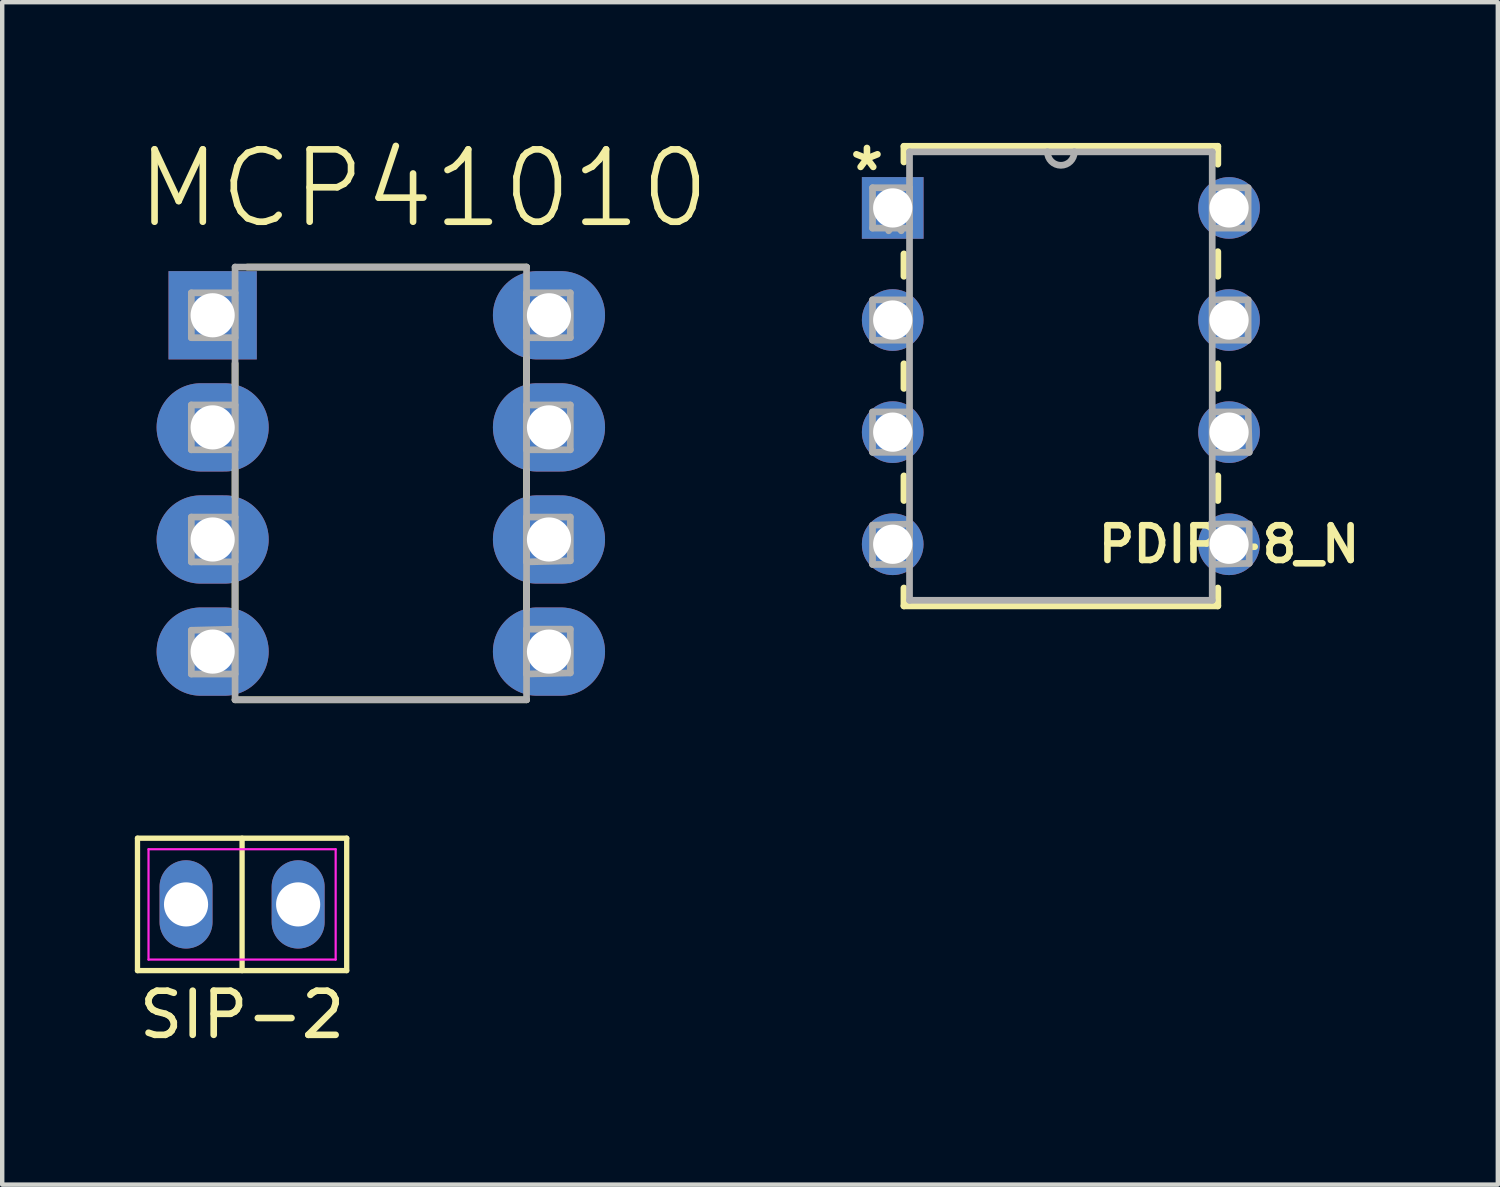
<source format=kicad_pcb>
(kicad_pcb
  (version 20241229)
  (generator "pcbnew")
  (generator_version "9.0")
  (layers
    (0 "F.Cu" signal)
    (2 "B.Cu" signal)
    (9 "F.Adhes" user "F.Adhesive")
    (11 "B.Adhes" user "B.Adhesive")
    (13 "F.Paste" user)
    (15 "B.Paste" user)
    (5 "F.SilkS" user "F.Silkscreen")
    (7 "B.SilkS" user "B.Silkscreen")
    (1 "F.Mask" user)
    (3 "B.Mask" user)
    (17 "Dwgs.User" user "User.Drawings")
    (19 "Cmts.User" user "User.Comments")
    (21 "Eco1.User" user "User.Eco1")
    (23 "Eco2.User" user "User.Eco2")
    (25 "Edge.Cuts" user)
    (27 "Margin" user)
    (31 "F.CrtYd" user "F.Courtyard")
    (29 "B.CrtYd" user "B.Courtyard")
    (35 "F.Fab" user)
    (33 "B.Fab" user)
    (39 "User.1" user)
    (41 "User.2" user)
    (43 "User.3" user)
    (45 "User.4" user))
  (footprint "PDIP-8_N"
    (layer "F.Cu")
    (at 24.796 9.281)
    (property "Reference" "PDIP-8_N" (at 0 0 0) (layer "F.SilkS") (effects (font (size 0.787 0.787) (thickness 0.15))))
    (attr through_hole)
    (fp_line (start -7.366 -9.017) (end -7.366 -8.661) (stroke (width 0.152) (type solid)) (layer "F.SilkS"))
    (fp_line (start -7.366 -6.579) (end -7.366 -6.071) (stroke (width 0.152) (type solid)) (layer "F.SilkS"))
    (fp_line (start -7.366 -4.089) (end -7.366 -3.531) (stroke (width 0.152) (type solid)) (layer "F.SilkS"))
    (fp_line (start -7.366 -1.549) (end -7.366 -0.991) (stroke (width 0.152) (type solid)) (layer "F.SilkS"))
    (fp_line (start -7.366 0.991) (end -7.366 1.397) (stroke (width 0.152) (type solid)) (layer "F.SilkS"))
    (fp_line (start -7.366 1.397) (end -0.254 1.397) (stroke (width 0.152) (type solid)) (layer "F.SilkS"))
    (fp_line (start -0.254 -9.017) (end -7.366 -9.017) (stroke (width 0.152) (type solid)) (layer "F.SilkS"))
    (fp_line (start -0.254 -8.611) (end -0.254 -9.017) (stroke (width 0.152) (type solid)) (layer "F.SilkS"))
    (fp_line (start -0.254 -6.071) (end -0.254 -6.629) (stroke (width 0.152) (type solid)) (layer "F.SilkS"))
    (fp_line (start -0.254 -3.531) (end -0.254 -4.089) (stroke (width 0.152) (type solid)) (layer "F.SilkS"))
    (fp_line (start -0.254 -0.991) (end -0.254 -1.549) (stroke (width 0.152) (type solid)) (layer "F.SilkS"))
    (fp_line (start -0.254 1.397) (end -0.254 0.991) (stroke (width 0.152) (type solid)) (layer "F.SilkS"))
    (fp_line (start -8.077 -8.077) (end -8.077 -7.163) (stroke (width 0.152) (type solid)) (layer "F.Fab"))
    (fp_line (start -8.077 -7.163) (end -7.239 -7.163) (stroke (width 0.152) (type solid)) (layer "F.Fab"))
    (fp_line (start -8.077 -5.537) (end -8.077 -4.623) (stroke (width 0.152) (type solid)) (layer "F.Fab"))
    (fp_line (start -8.077 -4.623) (end -7.239 -4.623) (stroke (width 0.152) (type solid)) (layer "F.Fab"))
    (fp_line (start -8.077 -2.997) (end -8.077 -2.083) (stroke (width 0.152) (type solid)) (layer "F.Fab"))
    (fp_line (start -8.077 -2.083) (end -7.239 -2.083) (stroke (width 0.152) (type solid)) (layer "F.Fab"))
    (fp_line (start -8.077 -0.432) (end -8.077 0.457) (stroke (width 0.152) (type solid)) (layer "F.Fab"))
    (fp_line (start -8.077 0.457) (end -7.239 0.457) (stroke (width 0.152) (type solid)) (layer "F.Fab"))
    (fp_line (start -7.239 -8.89) (end -7.239 1.27) (stroke (width 0.152) (type solid)) (layer "F.Fab"))
    (fp_line (start -7.239 -8.077) (end -8.077 -8.077) (stroke (width 0.152) (type solid)) (layer "F.Fab"))
    (fp_line (start -7.239 -7.163) (end -7.239 -8.077) (stroke (width 0.152) (type solid)) (layer "F.Fab"))
    (fp_line (start -7.239 -5.537) (end -8.077 -5.537) (stroke (width 0.152) (type solid)) (layer "F.Fab"))
    (fp_line (start -7.239 -4.623) (end -7.239 -5.537) (stroke (width 0.152) (type solid)) (layer "F.Fab"))
    (fp_line (start -7.239 -2.997) (end -8.077 -2.997) (stroke (width 0.152) (type solid)) (layer "F.Fab"))
    (fp_line (start -7.239 -2.083) (end -7.239 -2.997) (stroke (width 0.152) (type solid)) (layer "F.Fab"))
    (fp_line (start -7.239 -0.457) (end -8.077 -0.432) (stroke (width 0.152) (type solid)) (layer "F.Fab"))
    (fp_line (start -7.239 0.457) (end -7.239 -0.457) (stroke (width 0.152) (type solid)) (layer "F.Fab"))
    (fp_line (start -7.239 1.27) (end -0.381 1.27) (stroke (width 0.152) (type solid)) (layer "F.Fab"))
    (fp_line (start -4.115 -8.89) (end -7.239 -8.89) (stroke (width 0.152) (type solid)) (layer "F.Fab"))
    (fp_line (start -3.505 -8.89) (end -4.115 -8.89) (stroke (width 0.152) (type solid)) (layer "F.Fab"))
    (fp_line (start -0.381 -8.89) (end -3.505 -8.89) (stroke (width 0.152) (type solid)) (layer "F.Fab"))
    (fp_line (start -0.381 -8.077) (end -0.381 -7.163) (stroke (width 0.152) (type solid)) (layer "F.Fab"))
    (fp_line (start -0.381 -7.163) (end 0.432 -7.163) (stroke (width 0.152) (type solid)) (layer "F.Fab"))
    (fp_line (start -0.381 -5.537) (end -0.381 -4.623) (stroke (width 0.152) (type solid)) (layer "F.Fab"))
    (fp_line (start -0.381 -4.623) (end 0.432 -4.623) (stroke (width 0.152) (type solid)) (layer "F.Fab"))
    (fp_line (start -0.381 -2.997) (end -0.381 -2.083) (stroke (width 0.152) (type solid)) (layer "F.Fab"))
    (fp_line (start -0.381 -2.083) (end 0.457 -2.083) (stroke (width 0.152) (type solid)) (layer "F.Fab"))
    (fp_line (start -0.381 -0.457) (end -0.381 0.457) (stroke (width 0.152) (type solid)) (layer "F.Fab"))
    (fp_line (start -0.381 0.457) (end 0.457 0.432) (stroke (width 0.152) (type solid)) (layer "F.Fab"))
    (fp_line (start -0.381 1.27) (end -0.381 -8.89) (stroke (width 0.152) (type solid)) (layer "F.Fab"))
    (fp_line (start 0.432 -8.077) (end -0.381 -8.077) (stroke (width 0.152) (type solid)) (layer "F.Fab"))
    (fp_line (start 0.432 -7.163) (end 0.432 -8.077) (stroke (width 0.152) (type solid)) (layer "F.Fab"))
    (fp_line (start 0.432 -5.537) (end -0.381 -5.537) (stroke (width 0.152) (type solid)) (layer "F.Fab"))
    (fp_line (start 0.432 -4.623) (end 0.432 -5.537) (stroke (width 0.152) (type solid)) (layer "F.Fab"))
    (fp_line (start 0.432 -2.997) (end -0.381 -2.997) (stroke (width 0.152) (type solid)) (layer "F.Fab"))
    (fp_line (start 0.457 -2.083) (end 0.432 -2.997) (stroke (width 0.152) (type solid)) (layer "F.Fab"))
    (fp_line (start 0.457 -0.457) (end -0.381 -0.457) (stroke (width 0.152) (type solid)) (layer "F.Fab"))
    (fp_line (start 0.457 0.432) (end 0.457 -0.457) (stroke (width 0.152) (type solid)) (layer "F.Fab"))
    (fp_arc (start -3.5052 -8.89) (mid -3.81 -8.5852) (end -4.1148 -8.89) (stroke (width 0.1524) (type solid)) (layer "F.Fab"))
    (fp_text user "*" (at -8.204 -8.433 0) (layer "F.SilkS") (effects (font (size 1 1) (thickness 0.15))))
    (fp_text user "*" (at -7.569 -6.985 0) (layer "F.Fab") (effects (font (size 1 1) (thickness 0.15))))
    (pad "1" thru_hole rect (at -7.62 -7.62) (size 1.397 1.397) (drill 0.889) (layers "*.Cu" "*.Mask"))
    (pad "2" thru_hole circle (at -7.62 -5.08) (size 1.397 1.397) (drill 0.889) (layers "*.Cu" "*.Mask"))
    (pad "3" thru_hole circle (at -7.62 -2.54) (size 1.397 1.397) (drill 0.889) (layers "*.Cu" "*.Mask"))
    (pad "4" thru_hole circle (at -7.62 0) (size 1.397 1.397) (drill 0.889) (layers "*.Cu" "*.Mask"))
    (pad "5" thru_hole circle (at 0 0) (size 1.397 1.397) (drill 0.889) (layers "*.Cu" "*.Mask"))
    (pad "6" thru_hole circle (at 0 -2.54) (size 1.397 1.397) (drill 0.889) (layers "*.Cu" "*.Mask"))
    (pad "7" thru_hole circle (at 0 -5.08) (size 1.397 1.397) (drill 0.889) (layers "*.Cu" "*.Mask"))
    (pad "8" thru_hole circle (at 0 -7.62) (size 1.397 1.397) (drill 0.889) (layers "*.Cu" "*.Mask")))
  (footprint "SIP-2"
    (layer "F.Cu")
    (at 2.435 17.441)
    (property "Reference" "SIP-2" (at 0 2.5 0) (layer "F.SilkS") (effects (font (size 1 1) (thickness 0.15))))
    (attr through_hole)
    (fp_line (start -2.37 -1.5) (end 2.37 -1.5) (stroke (width 0.12) (type default)) (layer "F.SilkS"))
    (fp_line (start -2.37 1.5) (end -2.37 -1.5) (stroke (width 0.12) (type default)) (layer "F.SilkS"))
    (fp_line (start 0 -1.5) (end 0 1.5) (stroke (width 0.12) (type default)) (layer "F.SilkS"))
    (fp_line (start 2.37 -1.5) (end 2.37 1.5) (stroke (width 0.12) (type default)) (layer "F.SilkS"))
    (fp_line (start 2.37 1.5) (end -2.37 1.5) (stroke (width 0.12) (type default)) (layer "F.SilkS"))
    (fp_line (start -2.12 -1.25) (end 2.12 -1.25) (stroke (width 0.05) (type default)) (layer "F.CrtYd"))
    (fp_line (start -2.12 1.25) (end -2.12 -1.25) (stroke (width 0.05) (type default)) (layer "F.CrtYd"))
    (fp_line (start 2.12 -1.25) (end 2.12 1.25) (stroke (width 0.05) (type default)) (layer "F.CrtYd"))
    (fp_line (start 2.12 1.25) (end -2.12 1.25) (stroke (width 0.05) (type default)) (layer "F.CrtYd"))
    (pad "1" thru_hole oval (at -1.27 0) (size 1.2 2) (drill 1) (layers "*.Cu" "*.Mask"))
    (pad "2" thru_hole oval (at 1.27 0) (size 1.2 2) (drill 1) (layers "*.Cu" "*.Mask")))
  (footprint "MCP41010"
    (layer "F.Cu")
    (at 9.388 11.713)
    (property "Reference" "MCP41010" (at -2.845 -10.49 0) (layer "F.SilkS") (effects (font (size 1.64 1.64) (thickness 0.15))))
    (attr through_hole)
    (fp_line (start -7.112 -6.528) (end -7.112 -6.045) (stroke (width 0.152) (type solid)) (layer "F.SilkS"))
    (fp_line (start -7.112 -4.115) (end -7.112 -3.505) (stroke (width 0.152) (type solid)) (layer "F.SilkS"))
    (fp_line (start -7.112 -1.575) (end -7.112 -0.965) (stroke (width 0.152) (type solid)) (layer "F.SilkS"))
    (fp_line (start -7.112 1.092) (end -0.508 1.092) (stroke (width 0.152) (type solid)) (layer "F.SilkS"))
    (fp_line (start -0.508 -8.712) (end -6.833 -8.712) (stroke (width 0.152) (type solid)) (layer "F.SilkS"))
    (fp_line (start -0.508 -6.045) (end -0.508 -6.655) (stroke (width 0.152) (type solid)) (layer "F.SilkS"))
    (fp_line (start -0.508 -3.505) (end -0.508 -4.115) (stroke (width 0.152) (type solid)) (layer "F.SilkS"))
    (fp_line (start -0.508 -0.965) (end -0.508 -1.575) (stroke (width 0.152) (type solid)) (layer "F.SilkS"))
    (fp_line (start -8.103 -8.128) (end -8.103 -7.112) (stroke (width 0.152) (type solid)) (layer "F.Fab"))
    (fp_line (start -8.103 -7.112) (end -7.112 -7.112) (stroke (width 0.152) (type solid)) (layer "F.Fab"))
    (fp_line (start -8.103 -5.588) (end -8.103 -4.572) (stroke (width 0.152) (type solid)) (layer "F.Fab"))
    (fp_line (start -8.103 -4.572) (end -7.112 -4.572) (stroke (width 0.152) (type solid)) (layer "F.Fab"))
    (fp_line (start -8.103 -3.048) (end -8.103 -2.032) (stroke (width 0.152) (type solid)) (layer "F.Fab"))
    (fp_line (start -8.103 -2.032) (end -7.112 -2.032) (stroke (width 0.152) (type solid)) (layer "F.Fab"))
    (fp_line (start -8.103 -0.483) (end -8.103 0.508) (stroke (width 0.152) (type solid)) (layer "F.Fab"))
    (fp_line (start -8.103 0.508) (end -7.112 0.508) (stroke (width 0.152) (type solid)) (layer "F.Fab"))
    (fp_line (start -7.112 -8.712) (end -7.112 1.092) (stroke (width 0.152) (type solid)) (layer "F.Fab"))
    (fp_line (start -7.112 -8.128) (end -8.103 -8.128) (stroke (width 0.152) (type solid)) (layer "F.Fab"))
    (fp_line (start -7.112 -7.112) (end -7.112 -8.128) (stroke (width 0.152) (type solid)) (layer "F.Fab"))
    (fp_line (start -7.112 -5.588) (end -8.103 -5.588) (stroke (width 0.152) (type solid)) (layer "F.Fab"))
    (fp_line (start -7.112 -4.572) (end -7.112 -5.588) (stroke (width 0.152) (type solid)) (layer "F.Fab"))
    (fp_line (start -7.112 -3.048) (end -8.103 -3.048) (stroke (width 0.152) (type solid)) (layer "F.Fab"))
    (fp_line (start -7.112 -2.032) (end -7.112 -3.048) (stroke (width 0.152) (type solid)) (layer "F.Fab"))
    (fp_line (start -7.112 -0.508) (end -8.103 -0.483) (stroke (width 0.152) (type solid)) (layer "F.Fab"))
    (fp_line (start -7.112 0.508) (end -7.112 -0.508) (stroke (width 0.152) (type solid)) (layer "F.Fab"))
    (fp_line (start -7.112 1.092) (end -0.508 1.092) (stroke (width 0.152) (type solid)) (layer "F.Fab"))
    (fp_line (start -0.508 -8.712) (end -7.112 -8.712) (stroke (width 0.152) (type solid)) (layer "F.Fab"))
    (fp_line (start -0.508 -8.128) (end -0.508 -7.112) (stroke (width 0.152) (type solid)) (layer "F.Fab"))
    (fp_line (start -0.508 -7.112) (end 0.483 -7.112) (stroke (width 0.152) (type solid)) (layer "F.Fab"))
    (fp_line (start -0.508 -5.588) (end -0.508 -4.572) (stroke (width 0.152) (type solid)) (layer "F.Fab"))
    (fp_line (start -0.508 -4.572) (end 0.483 -4.572) (stroke (width 0.152) (type solid)) (layer "F.Fab"))
    (fp_line (start -0.508 -3.048) (end -0.508 -2.032) (stroke (width 0.152) (type solid)) (layer "F.Fab"))
    (fp_line (start -0.508 -2.032) (end 0.483 -2.057) (stroke (width 0.152) (type solid)) (layer "F.Fab"))
    (fp_line (start -0.508 -0.508) (end -0.508 0.508) (stroke (width 0.152) (type solid)) (layer "F.Fab"))
    (fp_line (start -0.508 0.508) (end 0.483 0.483) (stroke (width 0.152) (type solid)) (layer "F.Fab"))
    (fp_line (start -0.508 1.092) (end -0.508 -8.712) (stroke (width 0.152) (type solid)) (layer "F.Fab"))
    (fp_line (start 0.483 -8.128) (end -0.508 -8.128) (stroke (width 0.152) (type solid)) (layer "F.Fab"))
    (fp_line (start 0.483 -7.112) (end 0.483 -8.128) (stroke (width 0.152) (type solid)) (layer "F.Fab"))
    (fp_line (start 0.483 -5.588) (end -0.508 -5.588) (stroke (width 0.152) (type solid)) (layer "F.Fab"))
    (fp_line (start 0.483 -4.572) (end 0.483 -5.588) (stroke (width 0.152) (type solid)) (layer "F.Fab"))
    (fp_line (start 0.483 -3.048) (end -0.508 -3.048) (stroke (width 0.152) (type solid)) (layer "F.Fab"))
    (fp_line (start 0.483 -2.057) (end 0.483 -3.048) (stroke (width 0.152) (type solid)) (layer "F.Fab"))
    (fp_line (start 0.483 -0.508) (end -0.508 -0.508) (stroke (width 0.152) (type solid)) (layer "F.Fab"))
    (fp_line (start 0.483 0.483) (end 0.483 -0.508) (stroke (width 0.152) (type solid)) (layer "F.Fab"))
    (pad "1" thru_hole rect (at -7.62 -7.62) (size 2 2) (drill 1) (layers "*.Cu" "*.Mask"))
    (pad "2" thru_hole oval (at -7.62 -5.08) (size 2.54 2) (drill 1) (layers "*.Cu" "*.Mask"))
    (pad "3" thru_hole oval (at -7.62 -2.54) (size 2.54 2) (drill 1) (layers "*.Cu" "*.Mask"))
    (pad "4" thru_hole oval (at -7.62 0) (size 2.54 2) (drill 1) (layers "*.Cu" "*.Mask"))
    (pad "5" thru_hole oval (at 0 0) (size 2.54 2) (drill 1) (layers "*.Cu" "*.Mask"))
    (pad "6" thru_hole oval (at 0 -2.54) (size 2.54 2) (drill 1) (layers "*.Cu" "*.Mask"))
    (pad "7" thru_hole oval (at 0 -5.08) (size 2.54 2) (drill 1) (layers "*.Cu" "*.Mask"))
    (pad "8" thru_hole oval (at 0 -7.62) (size 2.54 2) (drill 1) (layers "*.Cu" "*.Mask")))
  (gr_rect
    (start -3 -3)
    (end 30.886 23.79)
    (stroke (width 0.1) (type default))
    (fill no)
    (layer "Edge.Cuts")))
</source>
